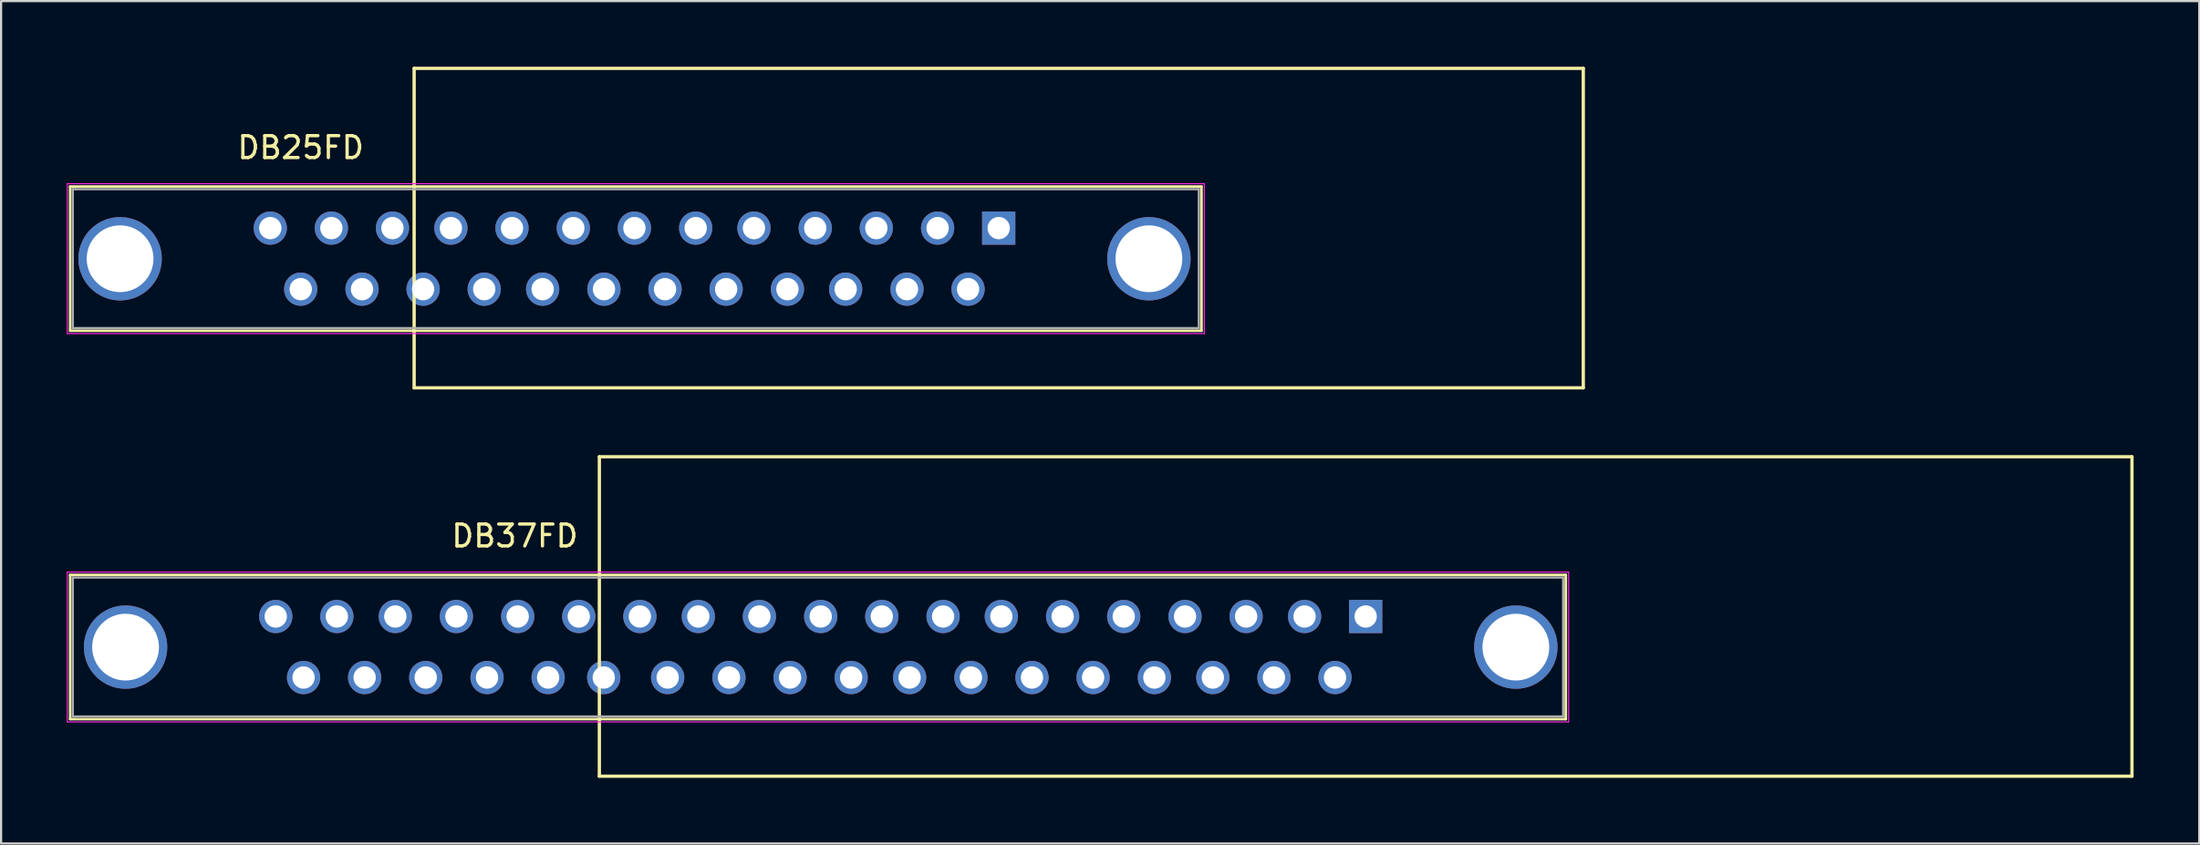
<source format=kicad_pcb>
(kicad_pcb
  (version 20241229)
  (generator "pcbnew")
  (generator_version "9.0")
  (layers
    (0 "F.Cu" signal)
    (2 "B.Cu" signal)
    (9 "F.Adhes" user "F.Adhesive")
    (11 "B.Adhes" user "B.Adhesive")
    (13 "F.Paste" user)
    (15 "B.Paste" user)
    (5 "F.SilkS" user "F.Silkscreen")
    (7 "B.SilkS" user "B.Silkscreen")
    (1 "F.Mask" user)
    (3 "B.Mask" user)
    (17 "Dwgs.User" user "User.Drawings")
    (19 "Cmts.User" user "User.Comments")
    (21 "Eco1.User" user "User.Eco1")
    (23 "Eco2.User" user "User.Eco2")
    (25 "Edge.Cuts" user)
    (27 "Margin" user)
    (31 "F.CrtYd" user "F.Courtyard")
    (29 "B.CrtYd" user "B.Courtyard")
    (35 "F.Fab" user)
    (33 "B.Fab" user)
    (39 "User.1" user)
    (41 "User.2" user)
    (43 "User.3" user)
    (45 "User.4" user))
  (footprint "DB37FD"
    (layer "F.Cu")
    (at 59.325 25.125)
    (property "Reference" "DB37FD" (at -38.86 -3.68 0) (layer "F.SilkS") (effects (font (size 1 1) (thickness 0.15))))
    (attr through_hole)
    (fp_line (start -59.17 -1.9) (end -59.17 4.69) (stroke (width 0.12) (type solid)) (layer "F.SilkS"))
    (fp_line (start -59.17 -1.9) (end 9.14 -1.9) (stroke (width 0.12) (type solid)) (layer "F.SilkS"))
    (fp_line (start -35 -7.3) (end 35 -7.3) (stroke (width 0.15) (type solid)) (layer "F.SilkS"))
    (fp_line (start -35 7.3) (end -35 -7.3) (stroke (width 0.15) (type solid)) (layer "F.SilkS"))
    (fp_line (start 9.14 4.69) (end -59.17 4.69) (stroke (width 0.12) (type solid)) (layer "F.SilkS"))
    (fp_line (start 9.14 4.69) (end 9.14 -1.9) (stroke (width 0.12) (type solid)) (layer "F.SilkS"))
    (fp_line (start 35 -7.3) (end 35 7.3) (stroke (width 0.15) (type solid)) (layer "F.SilkS"))
    (fp_line (start 35 7.3) (end -35 7.3) (stroke (width 0.15) (type solid)) (layer "F.SilkS"))
    (fp_line (start -59.3 -2.03) (end -59.3 4.82) (stroke (width 0.05) (type solid)) (layer "F.CrtYd"))
    (fp_line (start -59.3 -2.03) (end 9.27 -2.03) (stroke (width 0.05) (type solid)) (layer "F.CrtYd"))
    (fp_line (start 9.27 4.82) (end -59.3 4.82) (stroke (width 0.05) (type solid)) (layer "F.CrtYd"))
    (fp_line (start 9.27 4.82) (end 9.27 -2.03) (stroke (width 0.05) (type solid)) (layer "F.CrtYd"))
    (fp_line (start -59.05 -1.78) (end -59.05 4.57) (stroke (width 0.1) (type solid)) (layer "F.Fab"))
    (fp_line (start -59.05 4.57) (end 9.02 4.57) (stroke (width 0.1) (type solid)) (layer "F.Fab"))
    (fp_line (start 9.02 -1.78) (end -59.05 -1.78) (stroke (width 0.1) (type solid)) (layer "F.Fab"))
    (fp_line (start 9.02 4.57) (end 9.02 -1.78) (stroke (width 0.1) (type solid)) (layer "F.Fab"))
    (pad "" thru_hole circle (at -56.64 1.4) (size 3.81 3.81) (drill 3.05) (layers "*.Cu" "*.Mask"))
    (pad "" thru_hole circle (at 6.86 1.4) (size 3.81 3.81) (drill 3.05) (layers "*.Cu" "*.Mask"))
    (pad "1" thru_hole rect (at 0 0) (size 1.52 1.52) (drill 1.02) (layers "*.Cu" "*.Mask"))
    (pad "2" thru_hole circle (at -2.79 0) (size 1.52 1.52) (drill 1.02) (layers "*.Cu" "*.Mask"))
    (pad "3" thru_hole circle (at -5.46 0) (size 1.52 1.52) (drill 1.02) (layers "*.Cu" "*.Mask"))
    (pad "4" thru_hole circle (at -8.25 0) (size 1.52 1.52) (drill 1.02) (layers "*.Cu" "*.Mask"))
    (pad "5" thru_hole circle (at -11.05 0) (size 1.52 1.52) (drill 1.02) (layers "*.Cu" "*.Mask"))
    (pad "6" thru_hole circle (at -13.84 0) (size 1.52 1.52) (drill 1.02) (layers "*.Cu" "*.Mask"))
    (pad "7" thru_hole circle (at -16.64 0) (size 1.52 1.52) (drill 1.02) (layers "*.Cu" "*.Mask"))
    (pad "8" thru_hole circle (at -19.3 0) (size 1.52 1.52) (drill 1.02) (layers "*.Cu" "*.Mask"))
    (pad "9" thru_hole circle (at -22.1 0) (size 1.52 1.52) (drill 1.02) (layers "*.Cu" "*.Mask"))
    (pad "10" thru_hole circle (at -24.89 0) (size 1.52 1.52) (drill 1.02) (layers "*.Cu" "*.Mask"))
    (pad "11" thru_hole circle (at -27.69 0) (size 1.52 1.52) (drill 1.02) (layers "*.Cu" "*.Mask"))
    (pad "12" thru_hole circle (at -30.48 0) (size 1.52 1.52) (drill 1.02) (layers "*.Cu" "*.Mask"))
    (pad "13" thru_hole circle (at -33.15 0) (size 1.52 1.52) (drill 1.02) (layers "*.Cu" "*.Mask"))
    (pad "14" thru_hole circle (at -35.94 0) (size 1.52 1.52) (drill 1.02) (layers "*.Cu" "*.Mask"))
    (pad "15" thru_hole circle (at -38.73 0) (size 1.52 1.52) (drill 1.02) (layers "*.Cu" "*.Mask"))
    (pad "16" thru_hole circle (at -41.53 0) (size 1.52 1.52) (drill 1.02) (layers "*.Cu" "*.Mask"))
    (pad "17" thru_hole circle (at -44.32 0) (size 1.52 1.52) (drill 1.02) (layers "*.Cu" "*.Mask"))
    (pad "18" thru_hole circle (at -46.99 0) (size 1.52 1.52) (drill 1.02) (layers "*.Cu" "*.Mask"))
    (pad "19" thru_hole circle (at -49.78 0) (size 1.52 1.52) (drill 1.02) (layers "*.Cu" "*.Mask"))
    (pad "20" thru_hole circle (at -1.4 2.79) (size 1.52 1.52) (drill 1.02) (layers "*.Cu" "*.Mask"))
    (pad "21" thru_hole circle (at -4.19 2.79) (size 1.52 1.52) (drill 1.02) (layers "*.Cu" "*.Mask"))
    (pad "22" thru_hole circle (at -6.98 2.79) (size 1.52 1.52) (drill 1.02) (layers "*.Cu" "*.Mask"))
    (pad "23" thru_hole circle (at -9.65 2.79) (size 1.52 1.52) (drill 1.02) (layers "*.Cu" "*.Mask"))
    (pad "24" thru_hole circle (at -12.45 2.79) (size 1.52 1.52) (drill 1.02) (layers "*.Cu" "*.Mask"))
    (pad "25" thru_hole circle (at -15.24 2.79) (size 1.52 1.52) (drill 1.02) (layers "*.Cu" "*.Mask"))
    (pad "26" thru_hole circle (at -18.03 2.79) (size 1.52 1.52) (drill 1.02) (layers "*.Cu" "*.Mask"))
    (pad "27" thru_hole circle (at -20.83 2.79) (size 1.52 1.52) (drill 1.02) (layers "*.Cu" "*.Mask"))
    (pad "28" thru_hole circle (at -23.5 2.79) (size 1.52 1.52) (drill 1.02) (layers "*.Cu" "*.Mask"))
    (pad "29" thru_hole circle (at -26.29 2.79) (size 1.52 1.52) (drill 1.02) (layers "*.Cu" "*.Mask"))
    (pad "30" thru_hole circle (at -29.08 2.79) (size 1.52 1.52) (drill 1.02) (layers "*.Cu" "*.Mask"))
    (pad "31" thru_hole circle (at -31.88 2.79) (size 1.52 1.52) (drill 1.02) (layers "*.Cu" "*.Mask"))
    (pad "32" thru_hole circle (at -34.8 2.79) (size 1.52 1.52) (drill 1.02) (layers "*.Cu" "*.Mask"))
    (pad "33" thru_hole circle (at -37.34 2.79) (size 1.52 1.52) (drill 1.02) (layers "*.Cu" "*.Mask"))
    (pad "34" thru_hole circle (at -40.13 2.79) (size 1.52 1.52) (drill 1.02) (layers "*.Cu" "*.Mask"))
    (pad "35" thru_hole circle (at -42.93 2.79) (size 1.52 1.52) (drill 1.02) (layers "*.Cu" "*.Mask"))
    (pad "36" thru_hole circle (at -45.72 2.79) (size 1.52 1.52) (drill 1.02) (layers "*.Cu" "*.Mask"))
    (pad "37" thru_hole circle (at -48.51 2.79) (size 1.52 1.52) (drill 1.02) (layers "*.Cu" "*.Mask")))
  (footprint "DB25FD"
    (layer "F.Cu")
    (at 42.565 7.375)
    (property "Reference" "DB25FD" (at -31.88 -3.68 180) (layer "F.SilkS") (effects (font (size 1 1) (thickness 0.15))))
    (attr through_hole)
    (fp_line (start -42.41 -1.9) (end -42.41 4.69) (stroke (width 0.12) (type solid)) (layer "F.SilkS"))
    (fp_line (start -42.41 -1.9) (end 9.26 -1.9) (stroke (width 0.12) (type solid)) (layer "F.SilkS"))
    (fp_line (start -26.7 -7.3) (end 26.7 -7.3) (stroke (width 0.15) (type solid)) (layer "F.SilkS"))
    (fp_line (start -26.7 7.3) (end -26.7 -7.3) (stroke (width 0.15) (type solid)) (layer "F.SilkS"))
    (fp_line (start 9.26 4.69) (end -42.41 4.69) (stroke (width 0.12) (type solid)) (layer "F.SilkS"))
    (fp_line (start 9.26 4.69) (end 9.26 -1.9) (stroke (width 0.12) (type solid)) (layer "F.SilkS"))
    (fp_line (start 26.7 -7.3) (end 26.7 7.3) (stroke (width 0.15) (type solid)) (layer "F.SilkS"))
    (fp_line (start 26.7 7.3) (end -26.7 7.3) (stroke (width 0.15) (type solid)) (layer "F.SilkS"))
    (fp_line (start -42.54 -2.03) (end -42.54 4.82) (stroke (width 0.05) (type solid)) (layer "F.CrtYd"))
    (fp_line (start -42.54 -2.03) (end 9.39 -2.03) (stroke (width 0.05) (type solid)) (layer "F.CrtYd"))
    (fp_line (start 9.39 4.82) (end -42.54 4.82) (stroke (width 0.05) (type solid)) (layer "F.CrtYd"))
    (fp_line (start 9.39 4.82) (end 9.39 -2.03) (stroke (width 0.05) (type solid)) (layer "F.CrtYd"))
    (fp_line (start -42.29 -1.78) (end -42.29 -1.78) (stroke (width 0.1) (type solid)) (layer "F.Fab"))
    (fp_line (start -42.29 -1.78) (end -42.29 4.57) (stroke (width 0.1) (type solid)) (layer "F.Fab"))
    (fp_line (start -42.29 4.57) (end 9.14 4.57) (stroke (width 0.1) (type solid)) (layer "F.Fab"))
    (fp_line (start -42.16 -1.78) (end -42.29 -1.78) (stroke (width 0.1) (type solid)) (layer "F.Fab"))
    (fp_line (start 9.14 -1.78) (end -42.16 -1.78) (stroke (width 0.1) (type solid)) (layer "F.Fab"))
    (fp_line (start 9.14 4.57) (end 9.14 -1.78) (stroke (width 0.1) (type solid)) (layer "F.Fab"))
    (pad "0" thru_hole circle (at -40.13 1.4) (size 3.81 3.81) (drill 3.05) (layers "*.Cu" "*.Mask"))
    (pad "0" thru_hole circle (at 6.86 1.4) (size 3.81 3.81) (drill 3.05) (layers "*.Cu" "*.Mask"))
    (pad "1" thru_hole rect (at 0 0) (size 1.52 1.52) (drill 1.02) (layers "*.Cu" "*.Mask"))
    (pad "2" thru_hole circle (at -2.79 0) (size 1.52 1.52) (drill 1.02) (layers "*.Cu" "*.Mask"))
    (pad "3" thru_hole circle (at -5.59 0) (size 1.52 1.52) (drill 1.02) (layers "*.Cu" "*.Mask"))
    (pad "4" thru_hole circle (at -8.38 0) (size 1.52 1.52) (drill 1.02) (layers "*.Cu" "*.Mask"))
    (pad "5" thru_hole circle (at -11.18 0) (size 1.52 1.52) (drill 1.02) (layers "*.Cu" "*.Mask"))
    (pad "6" thru_hole circle (at -13.84 0) (size 1.52 1.52) (drill 1.02) (layers "*.Cu" "*.Mask"))
    (pad "7" thru_hole circle (at -16.64 0) (size 1.52 1.52) (drill 1.02) (layers "*.Cu" "*.Mask"))
    (pad "8" thru_hole circle (at -19.43 0) (size 1.52 1.52) (drill 1.02) (layers "*.Cu" "*.Mask"))
    (pad "9" thru_hole circle (at -22.23 0) (size 1.52 1.52) (drill 1.02) (layers "*.Cu" "*.Mask"))
    (pad "10" thru_hole circle (at -25.02 0) (size 1.52 1.52) (drill 1.02) (layers "*.Cu" "*.Mask"))
    (pad "11" thru_hole circle (at -27.69 0) (size 1.52 1.52) (drill 1.02) (layers "*.Cu" "*.Mask"))
    (pad "12" thru_hole circle (at -30.48 0) (size 1.52 1.52) (drill 1.02) (layers "*.Cu" "*.Mask"))
    (pad "13" thru_hole circle (at -33.27 0) (size 1.52 1.52) (drill 1.02) (layers "*.Cu" "*.Mask"))
    (pad "14" thru_hole circle (at -1.4 2.79) (size 1.52 1.52) (drill 1.02) (layers "*.Cu" "*.Mask"))
    (pad "15" thru_hole circle (at -4.19 2.79) (size 1.52 1.52) (drill 1.02) (layers "*.Cu" "*.Mask"))
    (pad "16" thru_hole circle (at -6.99 2.79) (size 1.52 1.52) (drill 1.02) (layers "*.Cu" "*.Mask"))
    (pad "17" thru_hole circle (at -9.65 2.79) (size 1.52 1.52) (drill 1.02) (layers "*.Cu" "*.Mask"))
    (pad "18" thru_hole circle (at -12.45 2.79) (size 1.52 1.52) (drill 1.02) (layers "*.Cu" "*.Mask"))
    (pad "19" thru_hole circle (at -15.24 2.79) (size 1.52 1.52) (drill 1.02) (layers "*.Cu" "*.Mask"))
    (pad "20" thru_hole circle (at -18.03 2.79) (size 1.52 1.52) (drill 1.02) (layers "*.Cu" "*.Mask"))
    (pad "21" thru_hole circle (at -20.83 2.79) (size 1.52 1.52) (drill 1.02) (layers "*.Cu" "*.Mask"))
    (pad "22" thru_hole circle (at -23.5 2.79) (size 1.52 1.52) (drill 1.02) (layers "*.Cu" "*.Mask"))
    (pad "23" thru_hole circle (at -26.29 2.79) (size 1.52 1.52) (drill 1.02) (layers "*.Cu" "*.Mask"))
    (pad "24" thru_hole circle (at -29.08 2.79) (size 1.52 1.52) (drill 1.02) (layers "*.Cu" "*.Mask"))
    (pad "25" thru_hole circle (at -31.88 2.79) (size 1.52 1.52) (drill 1.02) (layers "*.Cu" "*.Mask")))
  (gr_rect
    (start -3 -3)
    (end 97.4 35.5)
    (stroke (width 0.1) (type default))
    (fill no)
    (layer "Edge.Cuts")))
</source>
